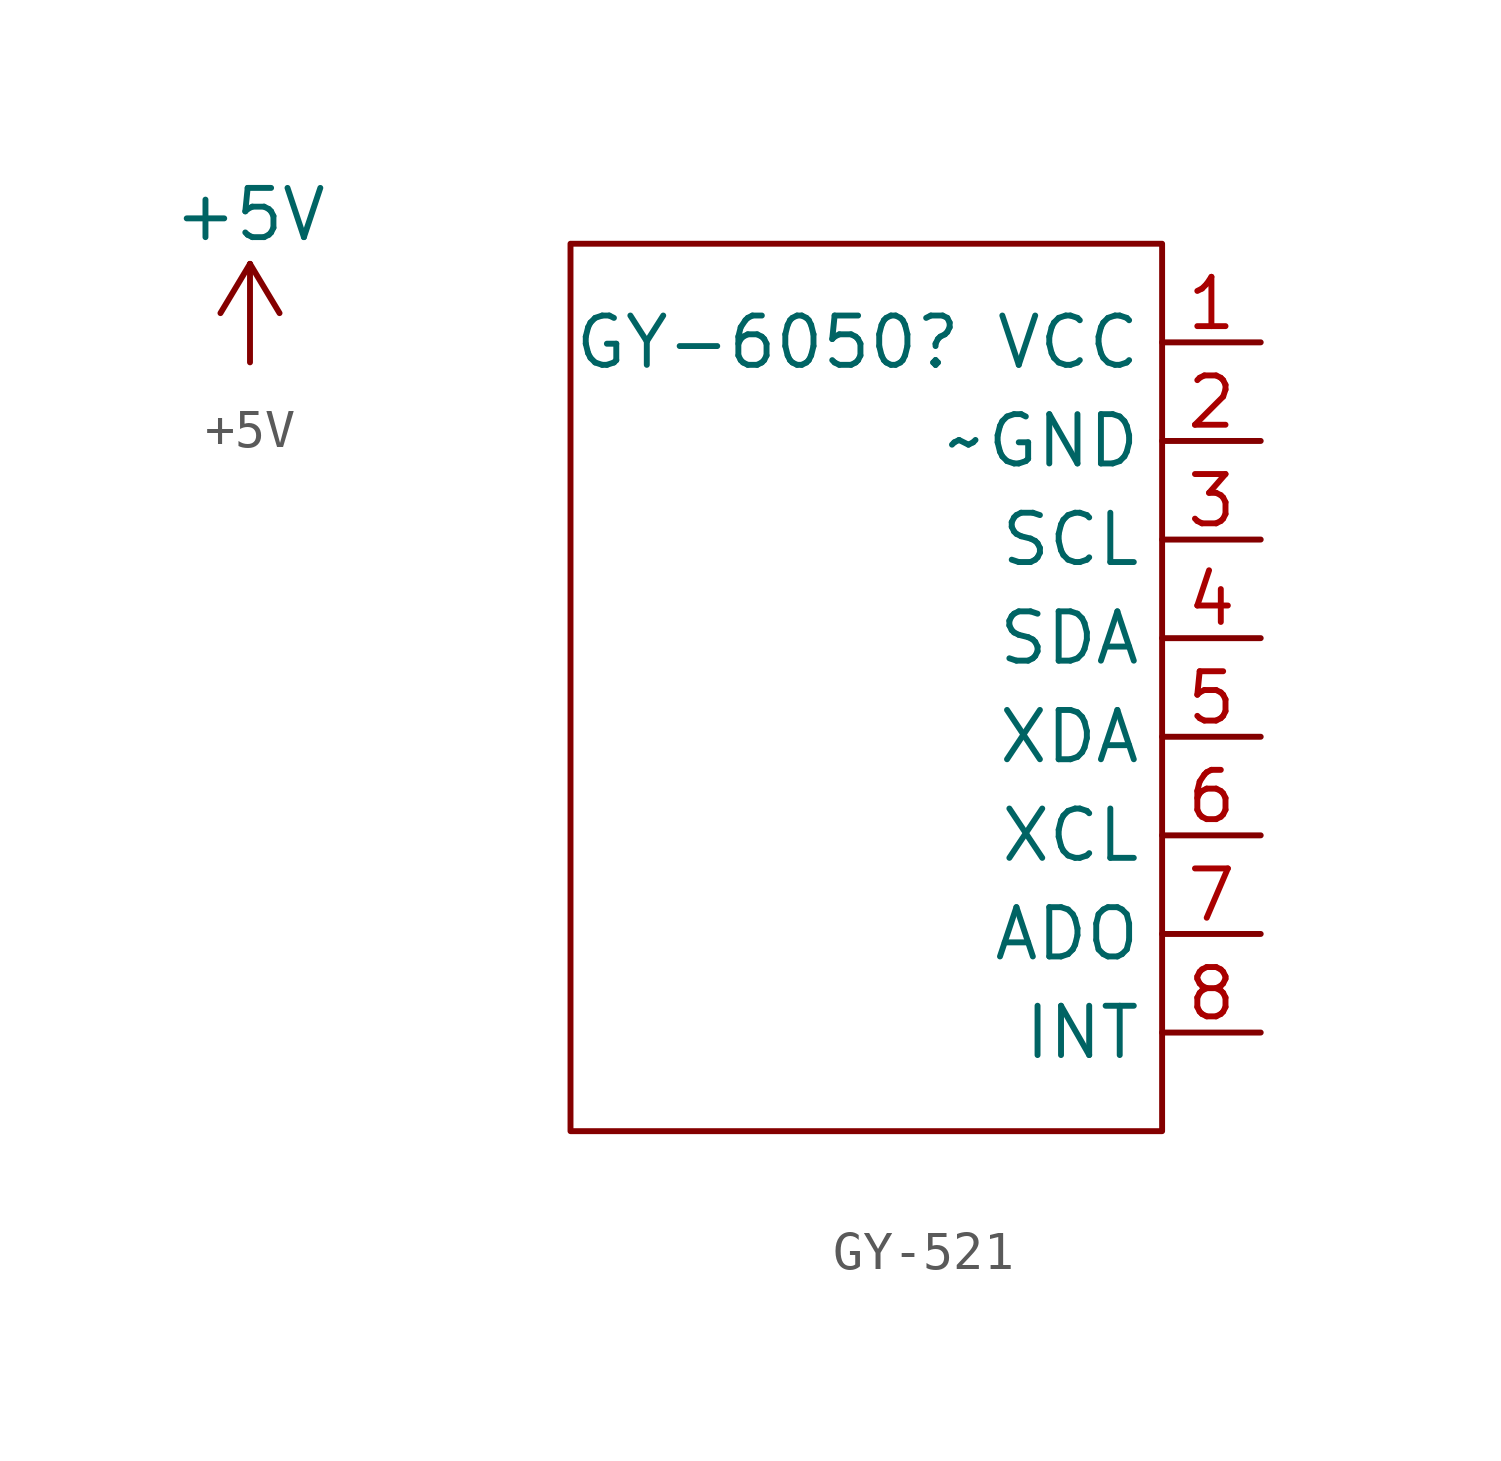
<source format=kicad_sym>
(kicad_symbol_lib
  (version 20220914)
  (generator kicad_symbol_editor)
  (symbol "+5V"
    (power)
    (pin_names
      (offset 0))
    (property "Reference" "#PWR01"
      (at 0 -3.81 0)
      (effects (font (size 1.27 1.27)) hide))
    (property "Value" "+5V"
      (at 0 3.81 0)
      (effects (font (size 1.27 1.27))))
    (symbol "+5V_0_1"
      (polyline (pts (xy -0.762 1.27) (xy 0 2.54)) (stroke (width 0) (type default)) (fill (type none)))
      (polyline (pts (xy 0 0) (xy 0 2.54)) (stroke (width 0) (type default)) (fill (type none)))
      (polyline (pts (xy 0 2.54) (xy 0.762 1.27)) (stroke (width 0) (type default)) (fill (type none))))
    (symbol "+5V_1_1"
      (pin power_out line (at 0 0 90) (length 0) hide (name "+5V" (effects (font (size 1.27 1.27)))) (number "1" (effects (font (size 1.27 1.27)))))))
  (symbol "GY-521"
    (property "Reference" "GY-6050"
      (at -5.08 2.54 0)
      (effects (font (size 1.27 1.27))))
    (property "Value" "~"
      (at 0 0 0)
      (effects (font (size 1.27 1.27))))
    (symbol "GY-521_1_1"
      (rectangle (start -10.16 5.08) (end 5.08 -17.78) (stroke (width 0) (type default)) (fill (type none)))
      (pin power_in line (at 7.62 2.54 180) (length 2.54) (name "VCC" (effects (font (size 1.27 1.27)))) (number "1" (effects (font (size 1.27 1.27)))))
      (pin power_in line (at 7.62 0 180) (length 2.54) (name "GND" (effects (font (size 1.27 1.27)))) (number "2" (effects (font (size 1.27 1.27)))))
      (pin input line (at 7.62 -2.54 180) (length 2.54) (name "SCL" (effects (font (size 1.27 1.27)))) (number "3" (effects (font (size 1.27 1.27)))))
      (pin input line (at 7.62 -5.08 180) (length 2.54) (name "SDA" (effects (font (size 1.27 1.27)))) (number "4" (effects (font (size 1.27 1.27)))))
      (pin input line (at 7.62 -7.62 180) (length 2.54) (name "XDA" (effects (font (size 1.27 1.27)))) (number "5" (effects (font (size 1.27 1.27)))))
      (pin input line (at 7.62 -10.16 180) (length 2.54) (name "XCL" (effects (font (size 1.27 1.27)))) (number "6" (effects (font (size 1.27 1.27)))))
      (pin input line (at 7.62 -12.7 180) (length 2.54) (name "ADO" (effects (font (size 1.27 1.27)))) (number "7" (effects (font (size 1.27 1.27)))))
      (pin input line (at 7.62 -15.24 180) (length 2.54) (name "INT" (effects (font (size 1.27 1.27)))) (number "8" (effects (font (size 1.27 1.27))))))))
</source>
